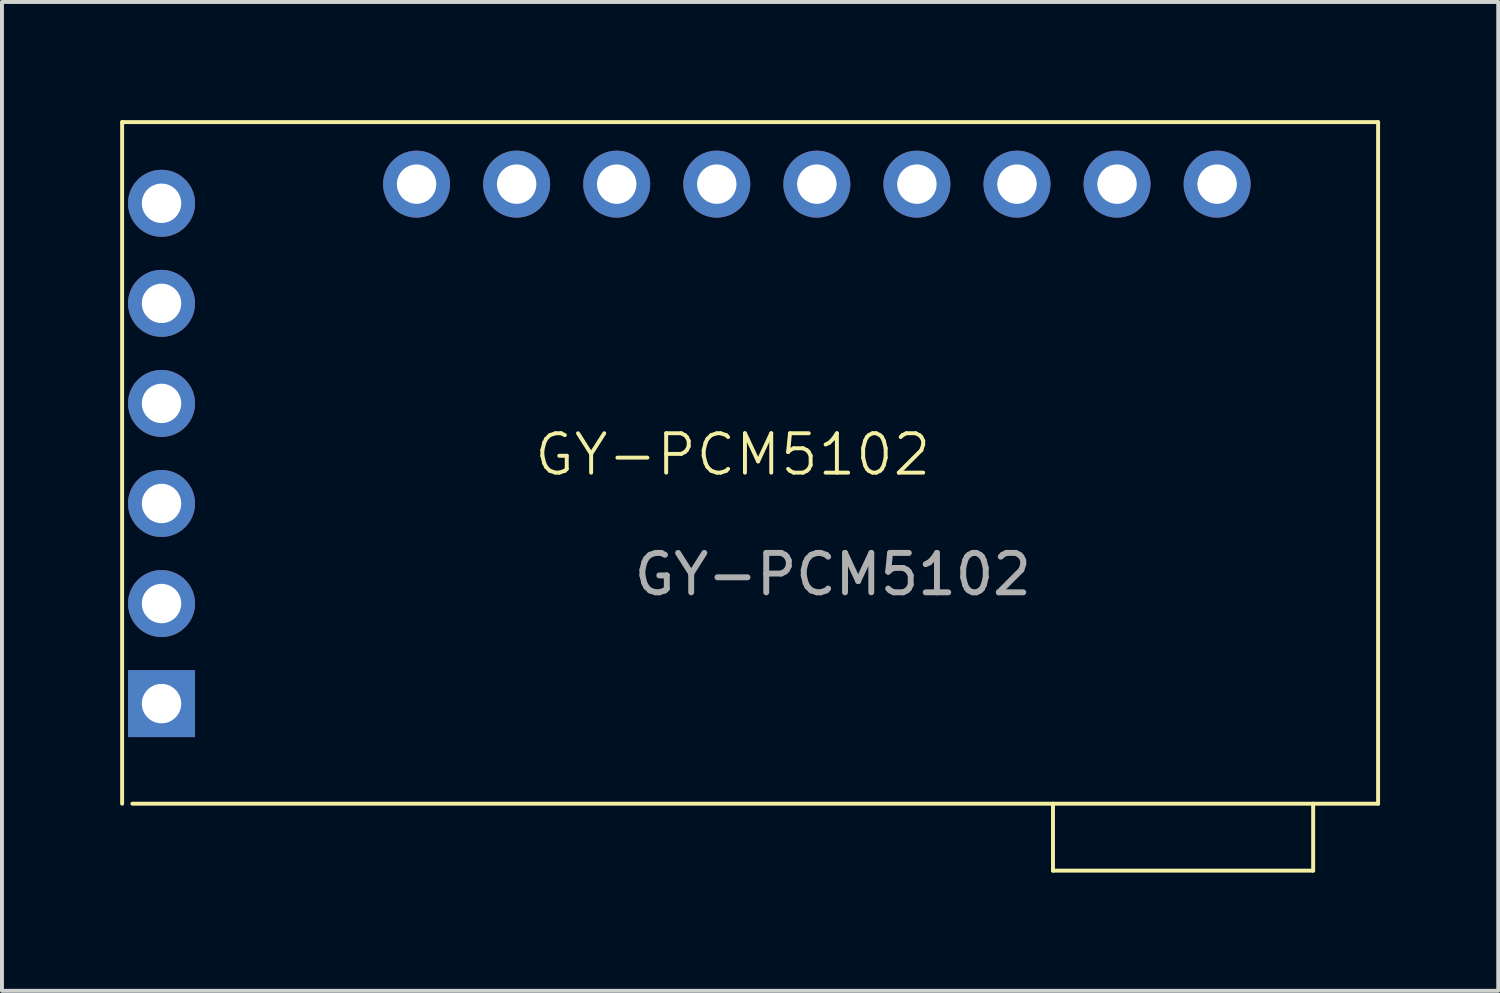
<source format=kicad_pcb>
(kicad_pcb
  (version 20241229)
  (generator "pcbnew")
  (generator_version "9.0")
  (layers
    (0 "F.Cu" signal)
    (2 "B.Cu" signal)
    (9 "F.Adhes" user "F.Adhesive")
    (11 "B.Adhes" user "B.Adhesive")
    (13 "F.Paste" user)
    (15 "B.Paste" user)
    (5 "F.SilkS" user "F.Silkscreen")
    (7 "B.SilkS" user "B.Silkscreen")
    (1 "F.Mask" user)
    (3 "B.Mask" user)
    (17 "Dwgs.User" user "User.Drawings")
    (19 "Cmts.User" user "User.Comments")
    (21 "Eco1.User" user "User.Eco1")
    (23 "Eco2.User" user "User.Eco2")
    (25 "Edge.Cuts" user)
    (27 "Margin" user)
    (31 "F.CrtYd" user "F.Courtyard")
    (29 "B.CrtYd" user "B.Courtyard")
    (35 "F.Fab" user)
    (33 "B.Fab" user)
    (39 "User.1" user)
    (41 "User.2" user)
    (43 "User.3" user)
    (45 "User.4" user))
  (footprint "GY-PCM5102"
    (layer "F.Cu")
    (at 13.01 8.99)
    (property "Reference" "GY-PCM5102" (at 2.54 -0.5 0) (unlocked yes) (layer "F.SilkS") (effects (font (size 1 1) (thickness 0.1))))
    (attr smd)
    (fp_line (start -12.96 8.36) (end -12.96 -8.94) (stroke (width 0.1) (type default)) (layer "F.SilkS"))
    (fp_line (start -12.7 8.36) (end 18.92 8.36) (stroke (width 0.1) (type default)) (layer "F.SilkS"))
    (fp_line (start 10.668 10.06) (end 10.668 8.36) (stroke (width 0.1) (type default)) (layer "F.SilkS"))
    (fp_line (start 10.668 10.06) (end 17.272 10.06) (stroke (width 0.1) (type default)) (layer "F.SilkS"))
    (fp_line (start 17.272 10.06) (end 17.272 8.36) (stroke (width 0.1) (type default)) (layer "F.SilkS"))
    (fp_line (start 18.92 -8.94) (end -12.96 -8.94) (stroke (width 0.1) (type default)) (layer "F.SilkS"))
    (fp_line (start 18.92 8.36) (end 18.92 -8.94) (stroke (width 0.1) (type default)) (layer "F.SilkS"))
    (fp_text user "${REFERENCE}" (at 5.08 2.54 0) (unlocked yes) (layer "F.Fab") (effects (font (size 1 1) (thickness 0.15))))
    (pad "1" thru_hole rect (at -11.96 5.82 180) (size 1.7 1.7) (drill 1) (layers "*.Cu" "*.Mask"))
    (pad "2" thru_hole oval (at -11.96 3.28 180) (size 1.7 1.7) (drill 1) (layers "*.Cu" "*.Mask"))
    (pad "3" thru_hole oval (at -11.96 0.74 180) (size 1.7 1.7) (drill 1) (layers "*.Cu" "*.Mask"))
    (pad "4" thru_hole oval (at -11.96 -1.8 180) (size 1.7 1.7) (drill 1) (layers "*.Cu" "*.Mask"))
    (pad "5" thru_hole oval (at -11.96 -4.34 180) (size 1.7 1.7) (drill 1) (layers "*.Cu" "*.Mask"))
    (pad "6" thru_hole oval (at -11.96 -6.88 180) (size 1.7 1.7) (drill 1) (layers "*.Cu" "*.Mask"))
    (pad "7" thru_hole circle (at -5.486 -7.366 90) (size 1.7 1.7) (drill 1) (layers "*.Cu" "*.Mask"))
    (pad "8" thru_hole oval (at -2.946 -7.366 90) (size 1.7 1.7) (drill 1) (layers "*.Cu" "*.Mask"))
    (pad "9" thru_hole oval (at -0.406 -7.366 90) (size 1.7 1.7) (drill 1) (layers "*.Cu" "*.Mask"))
    (pad "10" thru_hole oval (at 2.134 -7.366 90) (size 1.7 1.7) (drill 1) (layers "*.Cu" "*.Mask"))
    (pad "11" thru_hole oval (at 4.674 -7.366 90) (size 1.7 1.7) (drill 1) (layers "*.Cu" "*.Mask"))
    (pad "12" thru_hole oval (at 7.214 -7.366 90) (size 1.7 1.7) (drill 1) (layers "*.Cu" "*.Mask"))
    (pad "13" thru_hole oval (at 9.754 -7.366 90) (size 1.7 1.7) (drill 1) (layers "*.Cu" "*.Mask"))
    (pad "14" thru_hole oval (at 12.294 -7.366 90) (size 1.7 1.7) (drill 1) (layers "*.Cu" "*.Mask"))
    (pad "15" thru_hole oval (at 14.834 -7.366 90) (size 1.7 1.7) (drill 1) (layers "*.Cu" "*.Mask")))
  (gr_rect
    (start -3 -3)
    (end 34.98 22.1)
    (stroke (width 0.1) (type default))
    (fill no)
    (layer "Edge.Cuts")))
</source>
